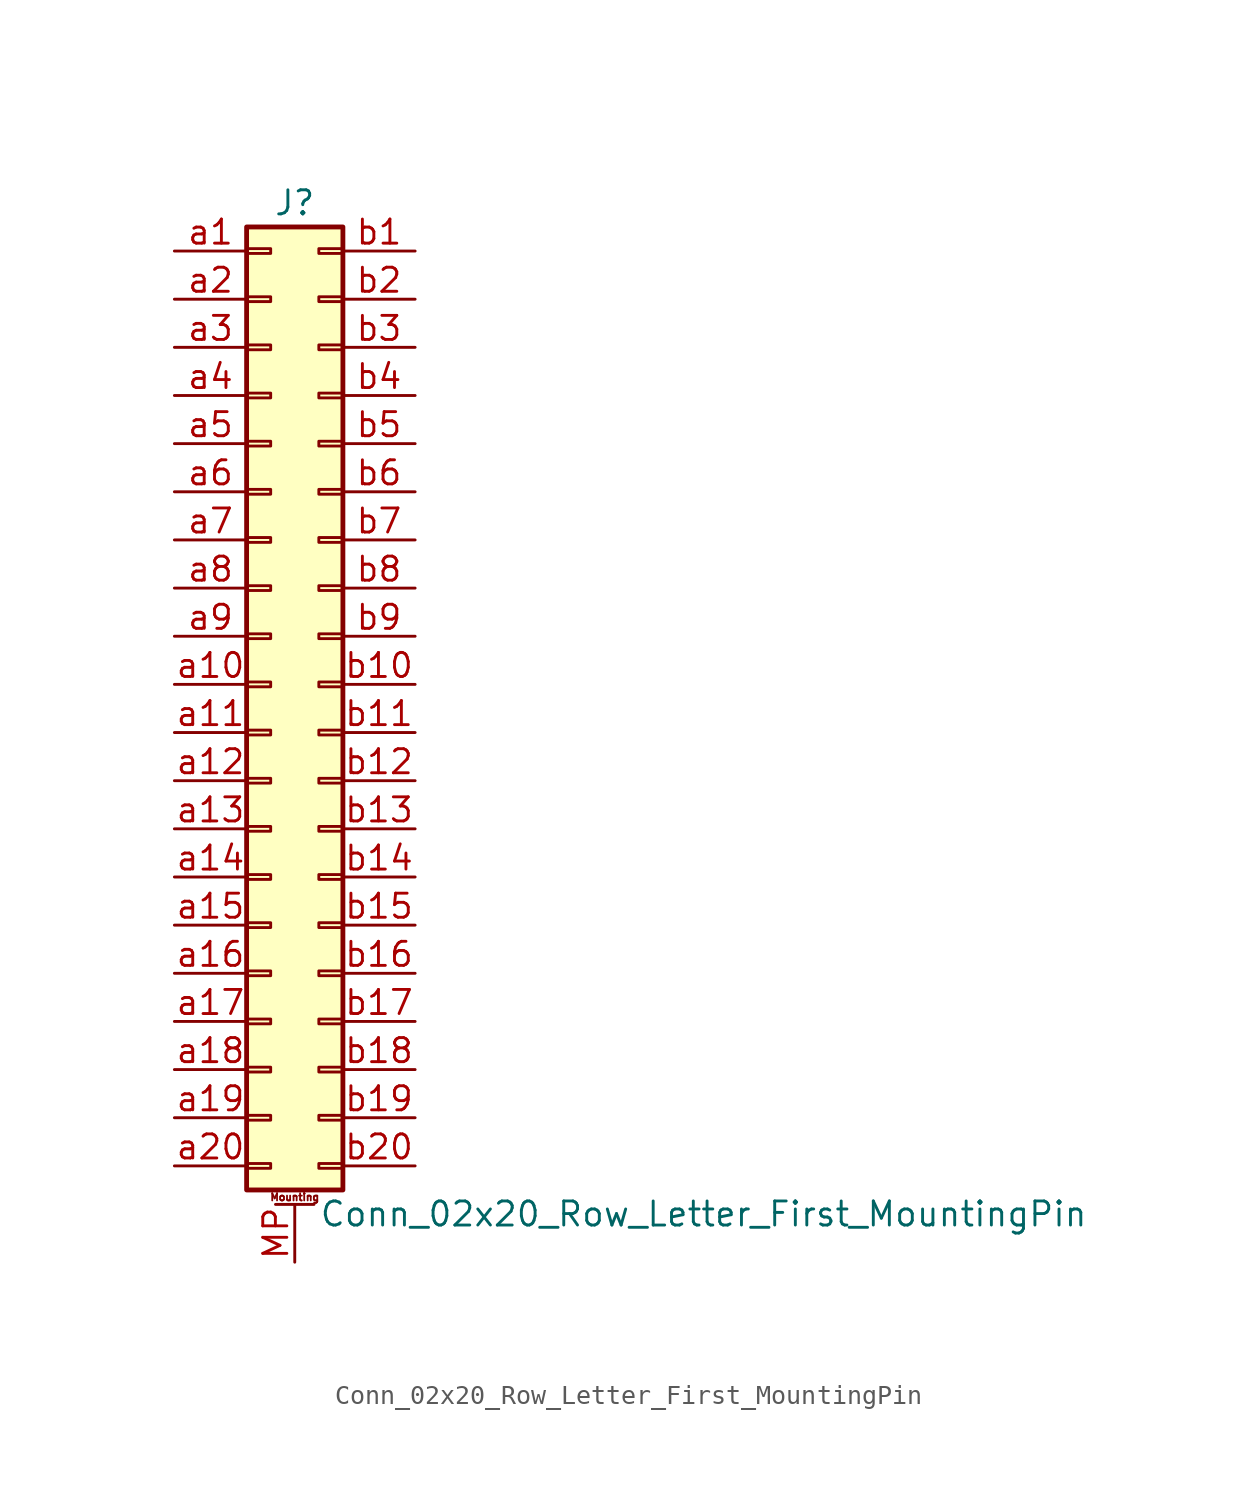
<source format=kicad_sym>
(kicad_symbol_lib
  (version 20220914)
  (generator kicad_symbol_editor)
  (symbol "Conn_02x20_Row_Letter_First_MountingPin"
    (pin_names
      (offset 1.016) hide)
    (property "Reference" "J"
      (at 1.27 25.4 0)
      (effects (font (size 1.27 1.27))))
    (property "Value" "Conn_02x20_Row_Letter_First_MountingPin"
      (at 2.54 -27.94 0)
      (effects (font (size 1.27 1.27)) (justify left)))
    (symbol "Conn_02x20_Row_Letter_First_MountingPin_1_1"
      (rectangle (start -1.27 -25.273) (end 0 -25.527) (stroke (width 0.152) (type default)) (fill (type none)))
      (rectangle (start -1.27 -22.733) (end 0 -22.987) (stroke (width 0.152) (type default)) (fill (type none)))
      (rectangle (start -1.27 -20.193) (end 0 -20.447) (stroke (width 0.152) (type default)) (fill (type none)))
      (rectangle (start -1.27 -17.653) (end 0 -17.907) (stroke (width 0.152) (type default)) (fill (type none)))
      (rectangle (start -1.27 -15.113) (end 0 -15.367) (stroke (width 0.152) (type default)) (fill (type none)))
      (rectangle (start -1.27 -12.573) (end 0 -12.827) (stroke (width 0.152) (type default)) (fill (type none)))
      (rectangle (start -1.27 -10.033) (end 0 -10.287) (stroke (width 0.152) (type default)) (fill (type none)))
      (rectangle (start -1.27 -7.493) (end 0 -7.747) (stroke (width 0.152) (type default)) (fill (type none)))
      (rectangle (start -1.27 -4.953) (end 0 -5.207) (stroke (width 0.152) (type default)) (fill (type none)))
      (rectangle (start -1.27 -2.413) (end 0 -2.667) (stroke (width 0.152) (type default)) (fill (type none)))
      (rectangle (start -1.27 0.127) (end 0 -0.127) (stroke (width 0.152) (type default)) (fill (type none)))
      (rectangle (start -1.27 2.667) (end 0 2.413) (stroke (width 0.152) (type default)) (fill (type none)))
      (rectangle (start -1.27 5.207) (end 0 4.953) (stroke (width 0.152) (type default)) (fill (type none)))
      (rectangle (start -1.27 7.747) (end 0 7.493) (stroke (width 0.152) (type default)) (fill (type none)))
      (rectangle (start -1.27 10.287) (end 0 10.033) (stroke (width 0.152) (type default)) (fill (type none)))
      (rectangle (start -1.27 12.827) (end 0 12.573) (stroke (width 0.152) (type default)) (fill (type none)))
      (rectangle (start -1.27 15.367) (end 0 15.113) (stroke (width 0.152) (type default)) (fill (type none)))
      (rectangle (start -1.27 17.907) (end 0 17.653) (stroke (width 0.152) (type default)) (fill (type none)))
      (rectangle (start -1.27 20.447) (end 0 20.193) (stroke (width 0.152) (type default)) (fill (type none)))
      (rectangle (start -1.27 22.987) (end 0 22.733) (stroke (width 0.152) (type default)) (fill (type none)))
      (rectangle (start -1.27 24.13) (end 3.81 -26.67) (stroke (width 0.254) (type default)) (fill (type background)))
      (polyline (pts (xy 0.254 -27.432) (xy 2.286 -27.432)) (stroke (width 0.152) (type default)) (fill (type none)))
      (rectangle (start 3.81 -25.273) (end 2.54 -25.527) (stroke (width 0.152) (type default)) (fill (type none)))
      (rectangle (start 3.81 -22.733) (end 2.54 -22.987) (stroke (width 0.152) (type default)) (fill (type none)))
      (rectangle (start 3.81 -20.193) (end 2.54 -20.447) (stroke (width 0.152) (type default)) (fill (type none)))
      (rectangle (start 3.81 -17.653) (end 2.54 -17.907) (stroke (width 0.152) (type default)) (fill (type none)))
      (rectangle (start 3.81 -15.113) (end 2.54 -15.367) (stroke (width 0.152) (type default)) (fill (type none)))
      (rectangle (start 3.81 -12.573) (end 2.54 -12.827) (stroke (width 0.152) (type default)) (fill (type none)))
      (rectangle (start 3.81 -10.033) (end 2.54 -10.287) (stroke (width 0.152) (type default)) (fill (type none)))
      (rectangle (start 3.81 -7.493) (end 2.54 -7.747) (stroke (width 0.152) (type default)) (fill (type none)))
      (rectangle (start 3.81 -4.953) (end 2.54 -5.207) (stroke (width 0.152) (type default)) (fill (type none)))
      (rectangle (start 3.81 -2.413) (end 2.54 -2.667) (stroke (width 0.152) (type default)) (fill (type none)))
      (rectangle (start 3.81 0.127) (end 2.54 -0.127) (stroke (width 0.152) (type default)) (fill (type none)))
      (rectangle (start 3.81 2.667) (end 2.54 2.413) (stroke (width 0.152) (type default)) (fill (type none)))
      (rectangle (start 3.81 5.207) (end 2.54 4.953) (stroke (width 0.152) (type default)) (fill (type none)))
      (rectangle (start 3.81 7.747) (end 2.54 7.493) (stroke (width 0.152) (type default)) (fill (type none)))
      (rectangle (start 3.81 10.287) (end 2.54 10.033) (stroke (width 0.152) (type default)) (fill (type none)))
      (rectangle (start 3.81 12.827) (end 2.54 12.573) (stroke (width 0.152) (type default)) (fill (type none)))
      (rectangle (start 3.81 15.367) (end 2.54 15.113) (stroke (width 0.152) (type default)) (fill (type none)))
      (rectangle (start 3.81 17.907) (end 2.54 17.653) (stroke (width 0.152) (type default)) (fill (type none)))
      (rectangle (start 3.81 20.447) (end 2.54 20.193) (stroke (width 0.152) (type default)) (fill (type none)))
      (rectangle (start 3.81 22.987) (end 2.54 22.733) (stroke (width 0.152) (type default)) (fill (type none)))
      (text "Mounting" (at 1.27 -27.051 0) (effects (font (size 0.381 0.381))))
      (pin passive line (at 1.27 -30.48 90) (length 3.048) (name "MountPin" (effects (font (size 1.27 1.27)))) (number "MP" (effects (font (size 1.27 1.27)))))
      (pin passive line (at -5.08 22.86 0) (length 3.81) (name "Pin_a1" (effects (font (size 1.27 1.27)))) (number "a1" (effects (font (size 1.27 1.27)))))
      (pin passive line (at -5.08 0 0) (length 3.81) (name "Pin_a10" (effects (font (size 1.27 1.27)))) (number "a10" (effects (font (size 1.27 1.27)))))
      (pin passive line (at -5.08 -2.54 0) (length 3.81) (name "Pin_a11" (effects (font (size 1.27 1.27)))) (number "a11" (effects (font (size 1.27 1.27)))))
      (pin passive line (at -5.08 -5.08 0) (length 3.81) (name "Pin_a12" (effects (font (size 1.27 1.27)))) (number "a12" (effects (font (size 1.27 1.27)))))
      (pin passive line (at -5.08 -7.62 0) (length 3.81) (name "Pin_a13" (effects (font (size 1.27 1.27)))) (number "a13" (effects (font (size 1.27 1.27)))))
      (pin passive line (at -5.08 -10.16 0) (length 3.81) (name "Pin_a14" (effects (font (size 1.27 1.27)))) (number "a14" (effects (font (size 1.27 1.27)))))
      (pin passive line (at -5.08 -12.7 0) (length 3.81) (name "Pin_a15" (effects (font (size 1.27 1.27)))) (number "a15" (effects (font (size 1.27 1.27)))))
      (pin passive line (at -5.08 -15.24 0) (length 3.81) (name "Pin_a16" (effects (font (size 1.27 1.27)))) (number "a16" (effects (font (size 1.27 1.27)))))
      (pin passive line (at -5.08 -17.78 0) (length 3.81) (name "Pin_a17" (effects (font (size 1.27 1.27)))) (number "a17" (effects (font (size 1.27 1.27)))))
      (pin passive line (at -5.08 -20.32 0) (length 3.81) (name "Pin_a18" (effects (font (size 1.27 1.27)))) (number "a18" (effects (font (size 1.27 1.27)))))
      (pin passive line (at -5.08 -22.86 0) (length 3.81) (name "Pin_a19" (effects (font (size 1.27 1.27)))) (number "a19" (effects (font (size 1.27 1.27)))))
      (pin passive line (at -5.08 20.32 0) (length 3.81) (name "Pin_a2" (effects (font (size 1.27 1.27)))) (number "a2" (effects (font (size 1.27 1.27)))))
      (pin passive line (at -5.08 -25.4 0) (length 3.81) (name "Pin_a20" (effects (font (size 1.27 1.27)))) (number "a20" (effects (font (size 1.27 1.27)))))
      (pin passive line (at -5.08 17.78 0) (length 3.81) (name "Pin_a3" (effects (font (size 1.27 1.27)))) (number "a3" (effects (font (size 1.27 1.27)))))
      (pin passive line (at -5.08 15.24 0) (length 3.81) (name "Pin_a4" (effects (font (size 1.27 1.27)))) (number "a4" (effects (font (size 1.27 1.27)))))
      (pin passive line (at -5.08 12.7 0) (length 3.81) (name "Pin_a5" (effects (font (size 1.27 1.27)))) (number "a5" (effects (font (size 1.27 1.27)))))
      (pin passive line (at -5.08 10.16 0) (length 3.81) (name "Pin_a6" (effects (font (size 1.27 1.27)))) (number "a6" (effects (font (size 1.27 1.27)))))
      (pin passive line (at -5.08 7.62 0) (length 3.81) (name "Pin_a7" (effects (font (size 1.27 1.27)))) (number "a7" (effects (font (size 1.27 1.27)))))
      (pin passive line (at -5.08 5.08 0) (length 3.81) (name "Pin_a8" (effects (font (size 1.27 1.27)))) (number "a8" (effects (font (size 1.27 1.27)))))
      (pin passive line (at -5.08 2.54 0) (length 3.81) (name "Pin_a9" (effects (font (size 1.27 1.27)))) (number "a9" (effects (font (size 1.27 1.27)))))
      (pin passive line (at 7.62 22.86 180) (length 3.81) (name "Pin_b1" (effects (font (size 1.27 1.27)))) (number "b1" (effects (font (size 1.27 1.27)))))
      (pin passive line (at 7.62 0 180) (length 3.81) (name "Pin_b10" (effects (font (size 1.27 1.27)))) (number "b10" (effects (font (size 1.27 1.27)))))
      (pin passive line (at 7.62 -2.54 180) (length 3.81) (name "Pin_b11" (effects (font (size 1.27 1.27)))) (number "b11" (effects (font (size 1.27 1.27)))))
      (pin passive line (at 7.62 -5.08 180) (length 3.81) (name "Pin_b12" (effects (font (size 1.27 1.27)))) (number "b12" (effects (font (size 1.27 1.27)))))
      (pin passive line (at 7.62 -7.62 180) (length 3.81) (name "Pin_b13" (effects (font (size 1.27 1.27)))) (number "b13" (effects (font (size 1.27 1.27)))))
      (pin passive line (at 7.62 -10.16 180) (length 3.81) (name "Pin_b14" (effects (font (size 1.27 1.27)))) (number "b14" (effects (font (size 1.27 1.27)))))
      (pin passive line (at 7.62 -12.7 180) (length 3.81) (name "Pin_b15" (effects (font (size 1.27 1.27)))) (number "b15" (effects (font (size 1.27 1.27)))))
      (pin passive line (at 7.62 -15.24 180) (length 3.81) (name "Pin_b16" (effects (font (size 1.27 1.27)))) (number "b16" (effects (font (size 1.27 1.27)))))
      (pin passive line (at 7.62 -17.78 180) (length 3.81) (name "Pin_b17" (effects (font (size 1.27 1.27)))) (number "b17" (effects (font (size 1.27 1.27)))))
      (pin passive line (at 7.62 -20.32 180) (length 3.81) (name "Pin_b18" (effects (font (size 1.27 1.27)))) (number "b18" (effects (font (size 1.27 1.27)))))
      (pin passive line (at 7.62 -22.86 180) (length 3.81) (name "Pin_b19" (effects (font (size 1.27 1.27)))) (number "b19" (effects (font (size 1.27 1.27)))))
      (pin passive line (at 7.62 20.32 180) (length 3.81) (name "Pin_b2" (effects (font (size 1.27 1.27)))) (number "b2" (effects (font (size 1.27 1.27)))))
      (pin passive line (at 7.62 -25.4 180) (length 3.81) (name "Pin_b20" (effects (font (size 1.27 1.27)))) (number "b20" (effects (font (size 1.27 1.27)))))
      (pin passive line (at 7.62 17.78 180) (length 3.81) (name "Pin_b3" (effects (font (size 1.27 1.27)))) (number "b3" (effects (font (size 1.27 1.27)))))
      (pin passive line (at 7.62 15.24 180) (length 3.81) (name "Pin_b4" (effects (font (size 1.27 1.27)))) (number "b4" (effects (font (size 1.27 1.27)))))
      (pin passive line (at 7.62 12.7 180) (length 3.81) (name "Pin_b5" (effects (font (size 1.27 1.27)))) (number "b5" (effects (font (size 1.27 1.27)))))
      (pin passive line (at 7.62 10.16 180) (length 3.81) (name "Pin_b6" (effects (font (size 1.27 1.27)))) (number "b6" (effects (font (size 1.27 1.27)))))
      (pin passive line (at 7.62 7.62 180) (length 3.81) (name "Pin_b7" (effects (font (size 1.27 1.27)))) (number "b7" (effects (font (size 1.27 1.27)))))
      (pin passive line (at 7.62 5.08 180) (length 3.81) (name "Pin_b8" (effects (font (size 1.27 1.27)))) (number "b8" (effects (font (size 1.27 1.27)))))
      (pin passive line (at 7.62 2.54 180) (length 3.81) (name "Pin_b9" (effects (font (size 1.27 1.27)))) (number "b9" (effects (font (size 1.27 1.27))))))))
</source>
